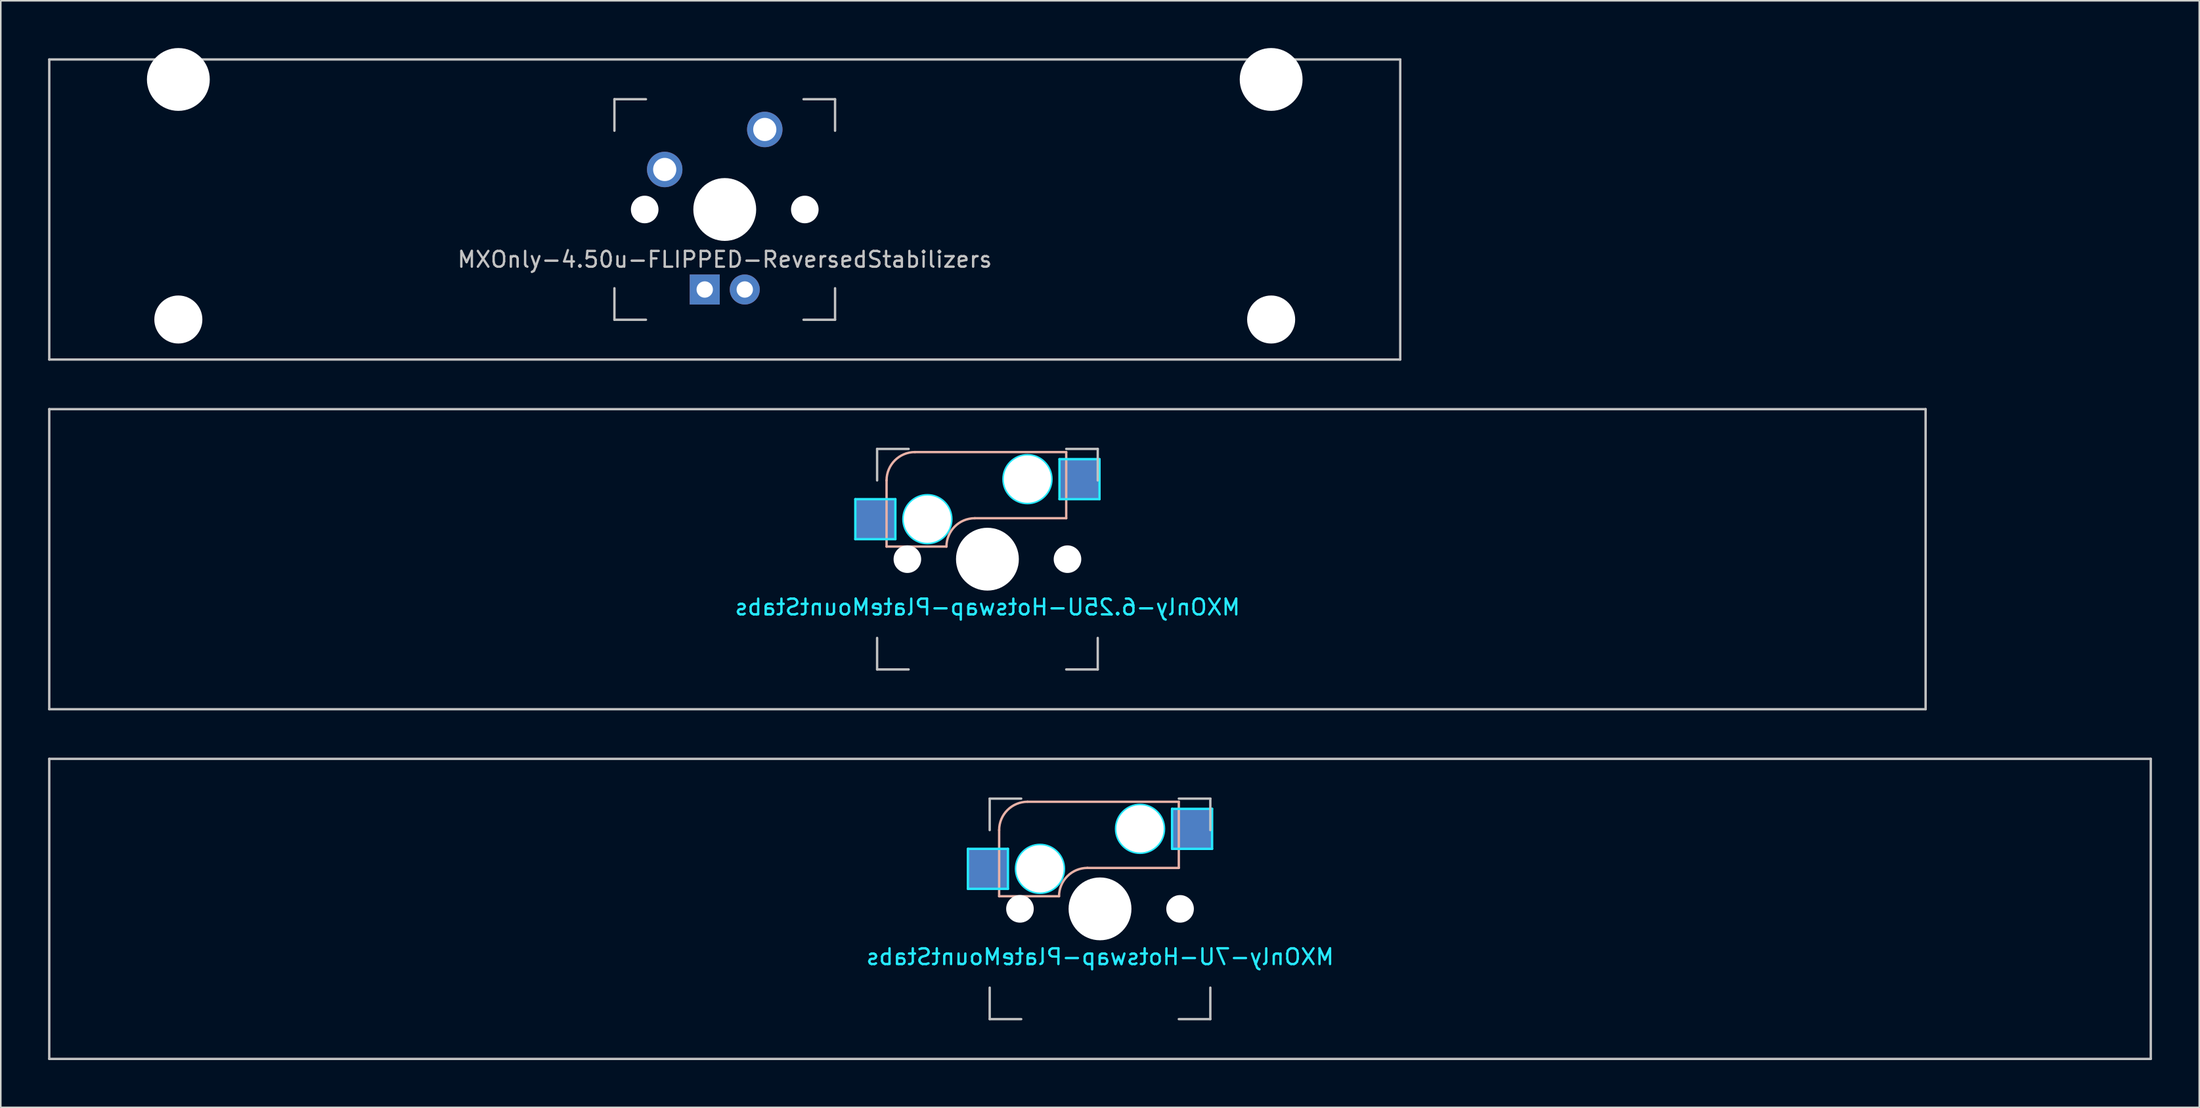
<source format=kicad_pcb>
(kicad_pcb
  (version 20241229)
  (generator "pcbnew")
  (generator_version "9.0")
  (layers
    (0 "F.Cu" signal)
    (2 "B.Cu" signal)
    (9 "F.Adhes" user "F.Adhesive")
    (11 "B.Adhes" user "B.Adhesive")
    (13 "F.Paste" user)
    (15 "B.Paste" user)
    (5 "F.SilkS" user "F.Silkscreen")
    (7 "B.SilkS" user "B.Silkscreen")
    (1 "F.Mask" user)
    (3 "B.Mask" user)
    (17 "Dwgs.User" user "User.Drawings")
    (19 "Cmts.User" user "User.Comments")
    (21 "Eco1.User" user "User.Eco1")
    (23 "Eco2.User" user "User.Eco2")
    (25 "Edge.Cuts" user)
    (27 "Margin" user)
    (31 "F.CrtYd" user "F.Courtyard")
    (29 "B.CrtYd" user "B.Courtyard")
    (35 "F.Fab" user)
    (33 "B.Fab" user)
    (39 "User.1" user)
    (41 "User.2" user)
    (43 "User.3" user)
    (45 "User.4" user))
  (footprint "MXOnly-6.25U-Hotswap-PlateMountStabs"
    (layer "F.Cu")
    (at 59.606 32.449)
    (property "Reference" "MXOnly-6.25U-Hotswap-PlateMountStabs" (at 0 3.048 0) (layer "B.CrtYd") (effects (font (size 1 1) (thickness 0.15)) (justify mirror)))
    (attr smd)
    (fp_line (start -6.4 -5) (end -6.4 -0.8) (stroke (width 0.15) (type solid)) (layer "B.SilkS"))
    (fp_line (start -6.4 -0.8) (end -2.6 -0.8) (stroke (width 0.15) (type solid)) (layer "B.SilkS"))
    (fp_line (start -0.8 -2.6) (end 5 -2.6) (stroke (width 0.15) (type solid)) (layer "B.SilkS"))
    (fp_line (start 5 -6.8) (end -4.6 -6.8) (stroke (width 0.15) (type solid)) (layer "B.SilkS"))
    (fp_line (start 5 -2.6) (end 5 -6.8) (stroke (width 0.15) (type solid)) (layer "B.SilkS"))
    (fp_arc (start -6.4 -5) (mid -5.872792 -6.272792) (end -4.6 -6.8) (stroke (width 0.15) (type solid)) (layer "B.SilkS"))
    (fp_arc (start -2.6 -0.8) (mid -2.072792 -2.072792) (end -0.8 -2.6) (stroke (width 0.15) (type solid)) (layer "B.SilkS"))
    (fp_line (start -59.531 -9.525) (end 59.531 -9.525) (stroke (width 0.15) (type solid)) (layer "Dwgs.User"))
    (fp_line (start -59.531 9.525) (end -59.531 -9.525) (stroke (width 0.15) (type solid)) (layer "Dwgs.User"))
    (fp_line (start -7 -7) (end -7 -5) (stroke (width 0.15) (type solid)) (layer "Dwgs.User"))
    (fp_line (start -7 5) (end -7 7) (stroke (width 0.15) (type solid)) (layer "Dwgs.User"))
    (fp_line (start -7 7) (end -5 7) (stroke (width 0.15) (type solid)) (layer "Dwgs.User"))
    (fp_line (start -5 -7) (end -7 -7) (stroke (width 0.15) (type solid)) (layer "Dwgs.User"))
    (fp_line (start 5 -7) (end 7 -7) (stroke (width 0.15) (type solid)) (layer "Dwgs.User"))
    (fp_line (start 5 7) (end 7 7) (stroke (width 0.15) (type solid)) (layer "Dwgs.User"))
    (fp_line (start 7 -7) (end 7 -5) (stroke (width 0.15) (type solid)) (layer "Dwgs.User"))
    (fp_line (start 7 7) (end 7 5) (stroke (width 0.15) (type solid)) (layer "Dwgs.User"))
    (fp_line (start 59.531 -9.525) (end 59.531 9.525) (stroke (width 0.15) (type solid)) (layer "Dwgs.User"))
    (fp_line (start 59.531 9.525) (end -59.531 9.525) (stroke (width 0.15) (type solid)) (layer "Dwgs.User"))
    (fp_line (start -8.382 -3.81) (end -5.842 -3.81) (stroke (width 0.15) (type solid)) (layer "B.CrtYd"))
    (fp_line (start -8.382 -1.27) (end -8.382 -3.81) (stroke (width 0.15) (type solid)) (layer "B.CrtYd"))
    (fp_line (start -5.842 -3.81) (end -5.842 -1.27) (stroke (width 0.15) (type solid)) (layer "B.CrtYd"))
    (fp_line (start -5.842 -1.27) (end -8.382 -1.27) (stroke (width 0.15) (type solid)) (layer "B.CrtYd"))
    (fp_line (start 4.572 -6.35) (end 7.112 -6.35) (stroke (width 0.15) (type solid)) (layer "B.CrtYd"))
    (fp_line (start 4.572 -3.81) (end 4.572 -6.35) (stroke (width 0.15) (type solid)) (layer "B.CrtYd"))
    (fp_line (start 7.112 -6.35) (end 7.112 -3.81) (stroke (width 0.15) (type solid)) (layer "B.CrtYd"))
    (fp_line (start 7.112 -3.81) (end 4.572 -3.81) (stroke (width 0.15) (type solid)) (layer "B.CrtYd"))
    (fp_circle (center -3.81 -2.54) (end -3.81 -4.064) (stroke (width 0.15) (type solid)) (fill no) (layer "B.CrtYd"))
    (fp_circle (center 2.54 -5.08) (end 2.54 -6.604) (stroke (width 0.15) (type solid)) (fill no) (layer "B.CrtYd"))
    (pad "" np_thru_hole circle (at -5.08 0 48.1) (size 1.75 1.75) (drill 1.75) (layers "*.Cu" "*.Mask"))
    (pad "" np_thru_hole circle (at -3.81 -2.54) (size 3 3) (drill 3) (layers "*.Cu" "*.Mask"))
    (pad "" np_thru_hole circle (at 0 0) (size 3.988 3.988) (drill 3.988) (layers "*.Cu" "*.Mask"))
    (pad "" np_thru_hole circle (at 2.54 -5.08) (size 3 3) (drill 3) (layers "*.Cu" "*.Mask"))
    (pad "" np_thru_hole circle (at 5.08 0 48.1) (size 1.75 1.75) (drill 1.75) (layers "*.Cu" "*.Mask"))
    (pad "1" smd rect (at -7.085 -2.54) (size 2.55 2.5) (layers "B.Cu" "B.Mask" "B.Paste"))
    (pad "2" smd rect (at 5.842 -5.08) (size 2.55 2.5) (layers "B.Cu" "B.Mask" "B.Paste")))
  (footprint "MXOnly-7U-Hotswap-PlateMountStabs"
    (layer "F.Cu")
    (at 66.75 54.649)
    (property "Reference" "MXOnly-7U-Hotswap-PlateMountStabs" (at 0 3.048 0) (layer "B.CrtYd") (effects (font (size 1 1) (thickness 0.15)) (justify mirror)))
    (attr smd)
    (fp_line (start -6.4 -5) (end -6.4 -0.8) (stroke (width 0.15) (type solid)) (layer "B.SilkS"))
    (fp_line (start -6.4 -0.8) (end -2.6 -0.8) (stroke (width 0.15) (type solid)) (layer "B.SilkS"))
    (fp_line (start -0.8 -2.6) (end 5 -2.6) (stroke (width 0.15) (type solid)) (layer "B.SilkS"))
    (fp_line (start 5 -6.8) (end -4.6 -6.8) (stroke (width 0.15) (type solid)) (layer "B.SilkS"))
    (fp_line (start 5 -2.6) (end 5 -6.8) (stroke (width 0.15) (type solid)) (layer "B.SilkS"))
    (fp_arc (start -6.4 -5) (mid -5.872792 -6.272792) (end -4.6 -6.8) (stroke (width 0.15) (type solid)) (layer "B.SilkS"))
    (fp_arc (start -2.6 -0.8) (mid -2.072792 -2.072792) (end -0.8 -2.6) (stroke (width 0.15) (type solid)) (layer "B.SilkS"))
    (fp_line (start -66.675 -9.525) (end 66.675 -9.525) (stroke (width 0.15) (type solid)) (layer "Dwgs.User"))
    (fp_line (start -66.675 9.525) (end -66.675 -9.525) (stroke (width 0.15) (type solid)) (layer "Dwgs.User"))
    (fp_line (start -7 -7) (end -7 -5) (stroke (width 0.15) (type solid)) (layer "Dwgs.User"))
    (fp_line (start -7 5) (end -7 7) (stroke (width 0.15) (type solid)) (layer "Dwgs.User"))
    (fp_line (start -7 7) (end -5 7) (stroke (width 0.15) (type solid)) (layer "Dwgs.User"))
    (fp_line (start -5 -7) (end -7 -7) (stroke (width 0.15) (type solid)) (layer "Dwgs.User"))
    (fp_line (start 5 -7) (end 7 -7) (stroke (width 0.15) (type solid)) (layer "Dwgs.User"))
    (fp_line (start 5 7) (end 7 7) (stroke (width 0.15) (type solid)) (layer "Dwgs.User"))
    (fp_line (start 7 -7) (end 7 -5) (stroke (width 0.15) (type solid)) (layer "Dwgs.User"))
    (fp_line (start 7 7) (end 7 5) (stroke (width 0.15) (type solid)) (layer "Dwgs.User"))
    (fp_line (start 66.675 -9.525) (end 66.675 9.525) (stroke (width 0.15) (type solid)) (layer "Dwgs.User"))
    (fp_line (start 66.675 9.525) (end -66.675 9.525) (stroke (width 0.15) (type solid)) (layer "Dwgs.User"))
    (fp_line (start -8.382 -3.81) (end -5.842 -3.81) (stroke (width 0.15) (type solid)) (layer "B.CrtYd"))
    (fp_line (start -8.382 -1.27) (end -8.382 -3.81) (stroke (width 0.15) (type solid)) (layer "B.CrtYd"))
    (fp_line (start -5.842 -3.81) (end -5.842 -1.27) (stroke (width 0.15) (type solid)) (layer "B.CrtYd"))
    (fp_line (start -5.842 -1.27) (end -8.382 -1.27) (stroke (width 0.15) (type solid)) (layer "B.CrtYd"))
    (fp_line (start 4.572 -6.35) (end 7.112 -6.35) (stroke (width 0.15) (type solid)) (layer "B.CrtYd"))
    (fp_line (start 4.572 -3.81) (end 4.572 -6.35) (stroke (width 0.15) (type solid)) (layer "B.CrtYd"))
    (fp_line (start 7.112 -6.35) (end 7.112 -3.81) (stroke (width 0.15) (type solid)) (layer "B.CrtYd"))
    (fp_line (start 7.112 -3.81) (end 4.572 -3.81) (stroke (width 0.15) (type solid)) (layer "B.CrtYd"))
    (fp_circle (center -3.81 -2.54) (end -3.81 -4.064) (stroke (width 0.15) (type solid)) (fill no) (layer "B.CrtYd"))
    (fp_circle (center 2.54 -5.08) (end 2.54 -6.604) (stroke (width 0.15) (type solid)) (fill no) (layer "B.CrtYd"))
    (pad "" np_thru_hole circle (at -5.08 0 48.1) (size 1.75 1.75) (drill 1.75) (layers "*.Cu" "*.Mask"))
    (pad "" np_thru_hole circle (at -3.81 -2.54) (size 3 3) (drill 3) (layers "*.Cu" "*.Mask"))
    (pad "" np_thru_hole circle (at 0 0) (size 3.988 3.988) (drill 3.988) (layers "*.Cu" "*.Mask"))
    (pad "" np_thru_hole circle (at 2.54 -5.08) (size 3 3) (drill 3) (layers "*.Cu" "*.Mask"))
    (pad "" np_thru_hole circle (at 5.08 0 48.1) (size 1.75 1.75) (drill 1.75) (layers "*.Cu" "*.Mask"))
    (pad "1" smd rect (at -7.085 -2.54) (size 2.55 2.5) (layers "B.Cu" "B.Mask" "B.Paste"))
    (pad "2" smd rect (at 5.842 -5.08) (size 2.55 2.5) (layers "B.Cu" "B.Mask" "B.Paste")))
  (footprint "MXOnly-4.50u-FLIPPED-ReversedStabilizers"
    (layer "F.Cu")
    (at 42.938 10.249)
    (property "Reference" "MXOnly-4.50u-FLIPPED-ReversedStabilizers" (at 0 3.175 0) (layer "Dwgs.User") (effects (font (size 1 1) (thickness 0.15))))
    (attr through_hole)
    (fp_line (start -42.862 -9.525) (end 42.862 -9.525) (stroke (width 0.15) (type solid)) (layer "Dwgs.User"))
    (fp_line (start -42.862 9.525) (end -42.862 -9.525) (stroke (width 0.15) (type solid)) (layer "Dwgs.User"))
    (fp_line (start -42.862 9.525) (end 42.862 9.525) (stroke (width 0.15) (type solid)) (layer "Dwgs.User"))
    (fp_line (start -7 -7) (end -7 -5) (stroke (width 0.15) (type solid)) (layer "Dwgs.User"))
    (fp_line (start -7 5) (end -7 7) (stroke (width 0.15) (type solid)) (layer "Dwgs.User"))
    (fp_line (start -7 7) (end -5 7) (stroke (width 0.15) (type solid)) (layer "Dwgs.User"))
    (fp_line (start -5 -7) (end -7 -7) (stroke (width 0.15) (type solid)) (layer "Dwgs.User"))
    (fp_line (start 5 -7) (end 7 -7) (stroke (width 0.15) (type solid)) (layer "Dwgs.User"))
    (fp_line (start 5 7) (end 7 7) (stroke (width 0.15) (type solid)) (layer "Dwgs.User"))
    (fp_line (start 7 -7) (end 7 -5) (stroke (width 0.15) (type solid)) (layer "Dwgs.User"))
    (fp_line (start 7 7) (end 7 5) (stroke (width 0.15) (type solid)) (layer "Dwgs.User"))
    (fp_line (start 42.862 -9.525) (end 42.862 9.525) (stroke (width 0.15) (type solid)) (layer "Dwgs.User"))
    (pad "" np_thru_hole circle (at -34.671 -8.255 180) (size 3.988 3.988) (drill 3.988) (layers "*.Cu" "*.Mask"))
    (pad "" np_thru_hole circle (at -34.671 6.985 180) (size 3.048 3.048) (drill 3.048) (layers "*.Cu" "*.Mask"))
    (pad "" np_thru_hole circle (at -5.08 0 48.1) (size 1.75 1.75) (drill 1.75) (layers "*.Cu" "*.Mask"))
    (pad "" np_thru_hole circle (at 0 0) (size 3.988 3.988) (drill 3.988) (layers "*.Cu" "*.Mask"))
    (pad "" np_thru_hole circle (at 5.08 0 48.1) (size 1.75 1.75) (drill 1.75) (layers "*.Cu" "*.Mask"))
    (pad "" np_thru_hole circle (at 34.671 -8.255 180) (size 3.988 3.988) (drill 3.988) (layers "*.Cu" "*.Mask"))
    (pad "" np_thru_hole circle (at 34.671 6.985 180) (size 3.048 3.048) (drill 3.048) (layers "*.Cu" "*.Mask"))
    (pad "1" thru_hole circle (at -3.81 -2.54) (size 2.25 2.25) (drill 1.47) (layers "*.Cu" "B.Mask"))
    (pad "2" thru_hole circle (at 2.54 -5.08) (size 2.25 2.25) (drill 1.47) (layers "*.Cu" "B.Mask"))
    (pad "3" thru_hole circle (at 1.27 5.08) (size 1.905 1.905) (drill 1.04) (layers "*.Cu" "B.Mask"))
    (pad "4" thru_hole rect (at -1.27 5.08) (size 1.905 1.905) (drill 1.04) (layers "*.Cu" "B.Mask")))
  (gr_rect
    (start -3 -3)
    (end 136.5 67.249)
    (stroke (width 0.1) (type default))
    (fill no)
    (layer "Edge.Cuts")))
</source>
